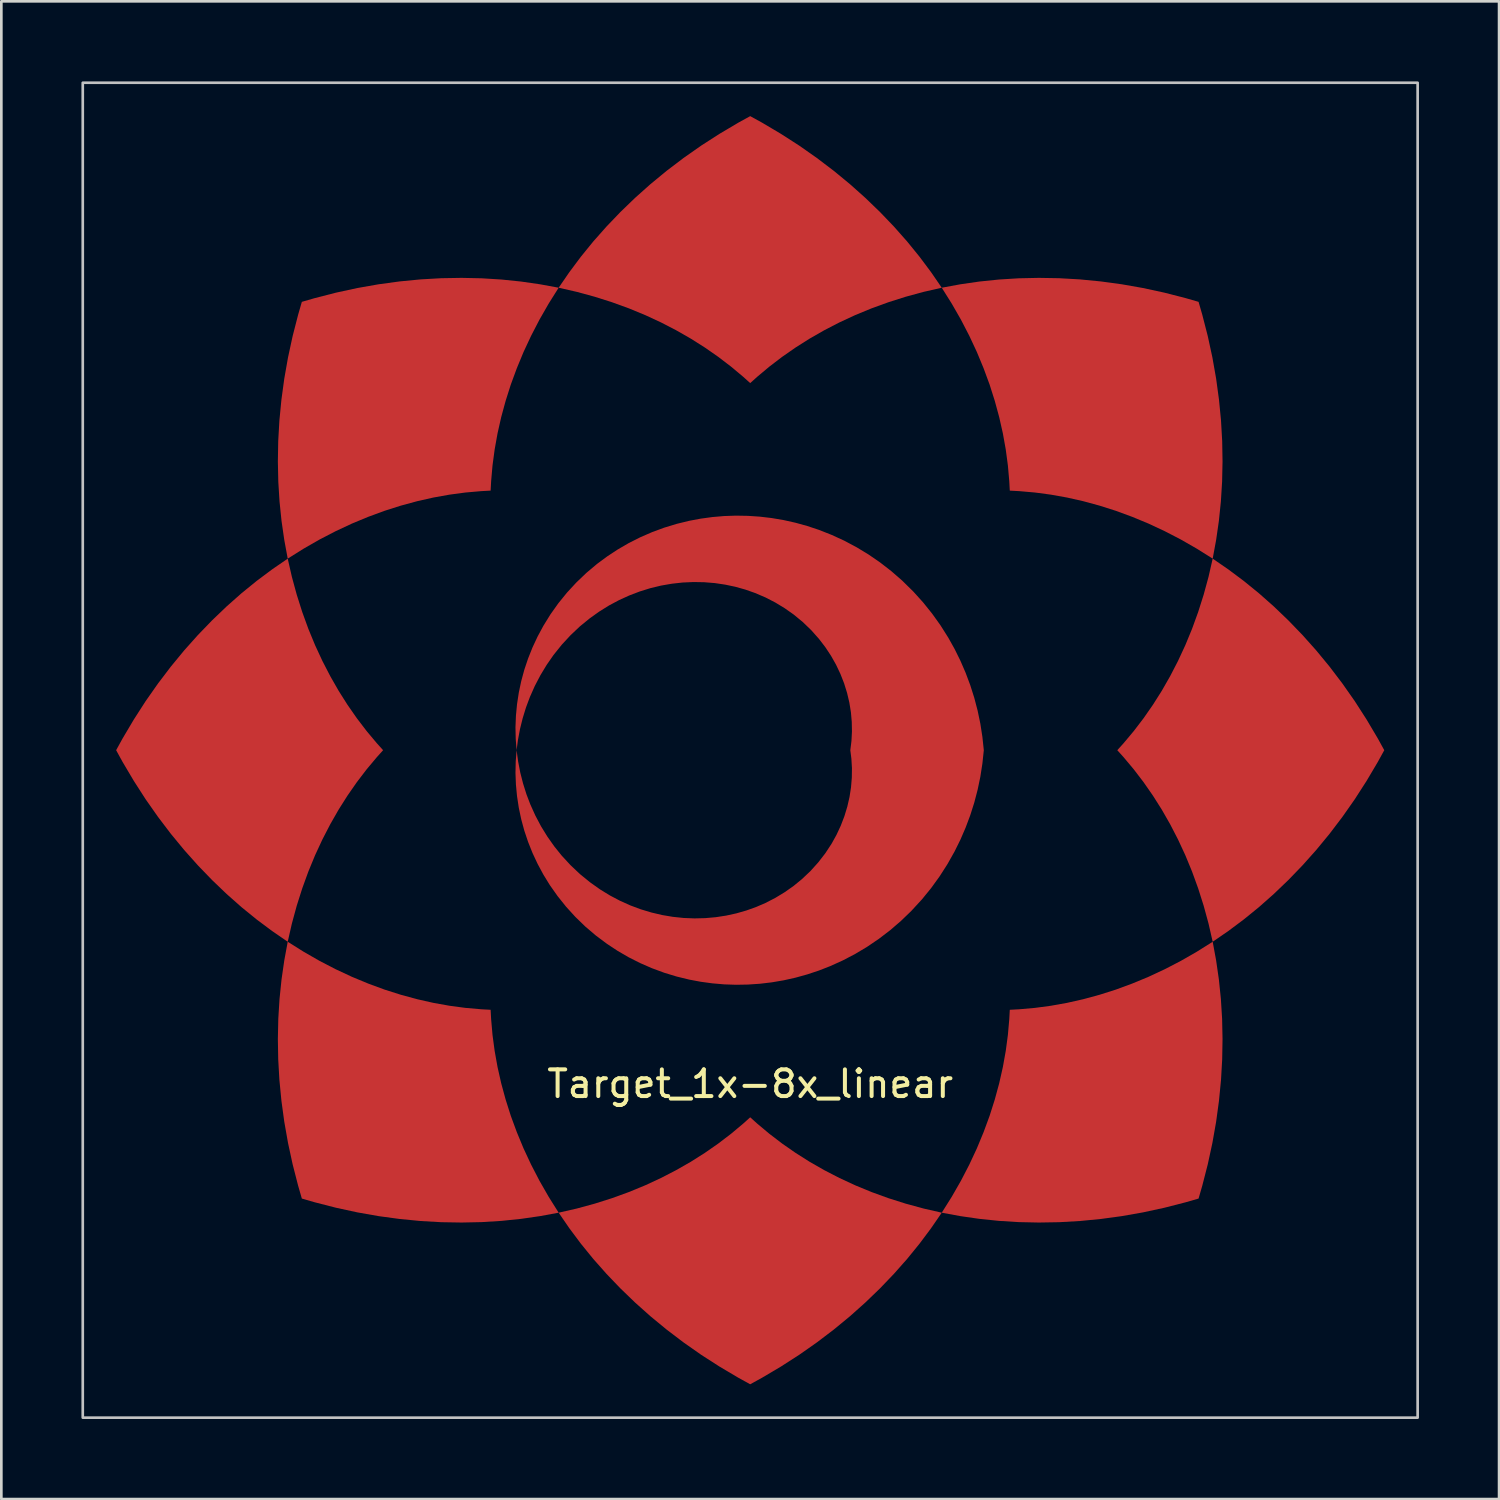
<source format=kicad_pcb>
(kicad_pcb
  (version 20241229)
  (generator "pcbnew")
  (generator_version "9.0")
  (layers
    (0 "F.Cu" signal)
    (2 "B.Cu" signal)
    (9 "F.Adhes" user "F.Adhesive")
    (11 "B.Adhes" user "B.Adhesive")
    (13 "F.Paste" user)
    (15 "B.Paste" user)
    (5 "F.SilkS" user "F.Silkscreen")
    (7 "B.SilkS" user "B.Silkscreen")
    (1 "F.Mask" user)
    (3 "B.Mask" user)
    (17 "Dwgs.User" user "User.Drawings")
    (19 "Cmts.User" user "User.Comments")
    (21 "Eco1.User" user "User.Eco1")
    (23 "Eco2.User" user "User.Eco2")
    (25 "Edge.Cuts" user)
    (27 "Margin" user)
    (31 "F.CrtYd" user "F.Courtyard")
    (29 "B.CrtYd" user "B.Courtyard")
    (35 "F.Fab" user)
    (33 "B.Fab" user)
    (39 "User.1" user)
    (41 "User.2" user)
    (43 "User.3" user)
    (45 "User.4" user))
  (footprint "Target_1x-8x_linear"
    (layer "F.Cu")
    (at 25.05 25.05)
    (property "Reference" "Target_1x-8x_linear" (at 0 12.5 0) (unlocked yes) (layer "F.SilkS") (effects (font (size 1 1) (thickness 0.15))))
    (fp_poly (pts (xy -17.909 6.772) (xy -18.487 6.34) (xy -19.055 5.878) (xy -19.611 5.386) (xy -20.155 4.865) (xy -20.685 4.316) (xy -21.201 3.738) (xy -21.7 3.132) (xy -22.181 2.499) (xy -22.644 1.839) (xy -23.086 1.152) (xy -23.508 0.44) (xy -23.75 0) (xy -23.508 -0.44) (xy -23.086 -1.152) (xy -22.644 -1.839) (xy -22.181 -2.499) (xy -21.7 -3.132) (xy -21.201 -3.738) (xy -20.685 -4.316) (xy -20.155 -4.865) (xy -19.611 -5.386) (xy -19.055 -5.878) (xy -18.487 -6.34) (xy -17.909 -6.772) (xy -17.323 -7.175) (xy -17.167 -6.492) (xy -16.985 -5.825) (xy -16.779 -5.176) (xy -16.55 -4.545) (xy -16.298 -3.934) (xy -16.024 -3.343) (xy -15.73 -2.774) (xy -15.416 -2.225) (xy -15.083 -1.699) (xy -14.733 -1.196) (xy -14.367 -0.717) (xy -13.986 -0.262) (xy -13.75 0) (xy -13.986 0.262) (xy -14.367 0.717) (xy -14.733 1.196) (xy -15.083 1.699) (xy -15.416 2.225) (xy -15.73 2.774) (xy -16.024 3.343) (xy -16.298 3.934) (xy -16.55 4.545) (xy -16.779 5.176) (xy -16.985 5.825) (xy -17.167 6.492) (xy -17.323 7.175)) (stroke (width 0) (type solid)) (fill yes) (layer "F.Cu"))
    (fp_poly (pts (xy -17.452 -7.875) (xy -17.555 -8.589) (xy -17.63 -9.318) (xy -17.676 -10.059) (xy -17.692 -10.812) (xy -17.679 -11.575) (xy -17.635 -12.348) (xy -17.559 -13.129) (xy -17.452 -13.917) (xy -17.312 -14.711) (xy -17.139 -15.51) (xy -16.933 -16.312) (xy -16.794 -16.794) (xy -16.312 -16.933) (xy -15.51 -17.139) (xy -14.711 -17.312) (xy -13.917 -17.452) (xy -13.129 -17.559) (xy -12.348 -17.635) (xy -11.575 -17.679) (xy -10.812 -17.692) (xy -10.059 -17.676) (xy -9.318 -17.63) (xy -8.589 -17.555) (xy -7.875 -17.452) (xy -7.175 -17.323) (xy -7.548 -16.729) (xy -7.892 -16.129) (xy -8.205 -15.525) (xy -8.489 -14.917) (xy -8.742 -14.306) (xy -8.967 -13.695) (xy -9.161 -13.084) (xy -9.327 -12.474) (xy -9.464 -11.867) (xy -9.572 -11.264) (xy -9.652 -10.666) (xy -9.704 -10.074) (xy -9.723 -9.723) (xy -10.074 -9.704) (xy -10.666 -9.652) (xy -11.264 -9.572) (xy -11.867 -9.464) (xy -12.474 -9.327) (xy -13.084 -9.161) (xy -13.695 -8.967) (xy -14.306 -8.742) (xy -14.917 -8.489) (xy -15.525 -8.205) (xy -16.129 -7.892) (xy -16.729 -7.548) (xy -17.323 -7.175)) (stroke (width 0) (type solid)) (fill yes) (layer "F.Cu"))
    (fp_poly (pts (xy -7.875 17.452) (xy -8.589 17.555) (xy -9.318 17.63) (xy -10.059 17.676) (xy -10.812 17.692) (xy -11.575 17.679) (xy -12.348 17.635) (xy -13.129 17.559) (xy -13.917 17.452) (xy -14.711 17.312) (xy -15.51 17.139) (xy -16.312 16.933) (xy -16.794 16.794) (xy -16.933 16.312) (xy -17.139 15.51) (xy -17.312 14.711) (xy -17.452 13.917) (xy -17.559 13.129) (xy -17.635 12.348) (xy -17.679 11.575) (xy -17.692 10.812) (xy -17.676 10.059) (xy -17.63 9.318) (xy -17.555 8.589) (xy -17.452 7.875) (xy -17.323 7.175) (xy -16.729 7.548) (xy -16.129 7.892) (xy -15.525 8.205) (xy -14.917 8.489) (xy -14.306 8.742) (xy -13.695 8.967) (xy -13.084 9.161) (xy -12.474 9.327) (xy -11.867 9.464) (xy -11.264 9.572) (xy -10.666 9.652) (xy -10.074 9.704) (xy -9.723 9.723) (xy -9.704 10.074) (xy -9.652 10.666) (xy -9.572 11.264) (xy -9.464 11.867) (xy -9.327 12.474) (xy -9.161 13.084) (xy -8.967 13.695) (xy -8.742 14.306) (xy -8.489 14.917) (xy -8.205 15.525) (xy -7.892 16.129) (xy -7.548 16.729) (xy -7.175 17.323)) (stroke (width 0) (type solid)) (fill yes) (layer "F.Cu"))
    (fp_poly (pts (xy -6.772 -17.909) (xy -6.34 -18.487) (xy -5.878 -19.055) (xy -5.386 -19.611) (xy -4.865 -20.155) (xy -4.316 -20.685) (xy -3.738 -21.201) (xy -3.132 -21.7) (xy -2.499 -22.181) (xy -1.839 -22.644) (xy -1.152 -23.086) (xy -0.44 -23.508) (xy 0 -23.75) (xy 0.44 -23.508) (xy 1.152 -23.086) (xy 1.839 -22.644) (xy 2.499 -22.181) (xy 3.132 -21.7) (xy 3.738 -21.201) (xy 4.316 -20.685) (xy 4.865 -20.155) (xy 5.386 -19.611) (xy 5.878 -19.055) (xy 6.34 -18.487) (xy 6.772 -17.909) (xy 7.175 -17.323) (xy 6.492 -17.167) (xy 5.825 -16.985) (xy 5.176 -16.779) (xy 4.545 -16.55) (xy 3.934 -16.298) (xy 3.343 -16.024) (xy 2.774 -15.73) (xy 2.225 -15.416) (xy 1.699 -15.083) (xy 1.196 -14.733) (xy 0.717 -14.367) (xy 0.262 -13.986) (xy 0 -13.75) (xy -0.262 -13.986) (xy -0.717 -14.367) (xy -1.196 -14.733) (xy -1.699 -15.083) (xy -2.225 -15.416) (xy -2.774 -15.73) (xy -3.343 -16.024) (xy -3.934 -16.298) (xy -4.545 -16.55) (xy -5.176 -16.779) (xy -5.825 -16.985) (xy -6.492 -17.167) (xy -7.175 -17.323)) (stroke (width 0) (type solid)) (fill yes) (layer "F.Cu"))
    (fp_poly (pts (xy 6.772 17.909) (xy 6.34 18.487) (xy 5.878 19.055) (xy 5.386 19.611) (xy 4.865 20.155) (xy 4.316 20.685) (xy 3.738 21.201) (xy 3.132 21.7) (xy 2.499 22.181) (xy 1.839 22.644) (xy 1.152 23.086) (xy 0.44 23.508) (xy 0 23.75) (xy -0.44 23.508) (xy -1.152 23.086) (xy -1.839 22.644) (xy -2.499 22.181) (xy -3.132 21.7) (xy -3.738 21.201) (xy -4.316 20.685) (xy -4.865 20.155) (xy -5.386 19.611) (xy -5.878 19.055) (xy -6.34 18.487) (xy -6.772 17.909) (xy -7.175 17.323) (xy -6.492 17.167) (xy -5.825 16.985) (xy -5.176 16.779) (xy -4.545 16.55) (xy -3.934 16.298) (xy -3.343 16.024) (xy -2.774 15.73) (xy -2.225 15.416) (xy -1.699 15.083) (xy -1.196 14.733) (xy -0.717 14.367) (xy -0.262 13.986) (xy 0 13.75) (xy 0.262 13.986) (xy 0.717 14.367) (xy 1.196 14.733) (xy 1.699 15.083) (xy 2.225 15.416) (xy 2.774 15.73) (xy 3.343 16.024) (xy 3.934 16.298) (xy 4.545 16.55) (xy 5.176 16.779) (xy 5.825 16.985) (xy 6.492 17.167) (xy 7.175 17.323)) (stroke (width 0) (type solid)) (fill yes) (layer "F.Cu"))
    (fp_poly (pts (xy 7.875 -17.452) (xy 8.589 -17.555) (xy 9.318 -17.63) (xy 10.059 -17.676) (xy 10.812 -17.692) (xy 11.575 -17.679) (xy 12.348 -17.635) (xy 13.129 -17.559) (xy 13.917 -17.452) (xy 14.711 -17.312) (xy 15.51 -17.139) (xy 16.312 -16.933) (xy 16.794 -16.794) (xy 16.933 -16.312) (xy 17.139 -15.51) (xy 17.312 -14.711) (xy 17.452 -13.917) (xy 17.559 -13.129) (xy 17.635 -12.348) (xy 17.679 -11.575) (xy 17.692 -10.812) (xy 17.676 -10.059) (xy 17.63 -9.318) (xy 17.555 -8.589) (xy 17.452 -7.875) (xy 17.323 -7.175) (xy 16.729 -7.548) (xy 16.129 -7.892) (xy 15.525 -8.205) (xy 14.917 -8.489) (xy 14.306 -8.742) (xy 13.695 -8.967) (xy 13.084 -9.161) (xy 12.474 -9.327) (xy 11.867 -9.464) (xy 11.264 -9.572) (xy 10.666 -9.652) (xy 10.074 -9.704) (xy 9.723 -9.723) (xy 9.704 -10.074) (xy 9.652 -10.666) (xy 9.572 -11.264) (xy 9.464 -11.867) (xy 9.327 -12.474) (xy 9.161 -13.084) (xy 8.967 -13.695) (xy 8.742 -14.306) (xy 8.489 -14.917) (xy 8.205 -15.525) (xy 7.892 -16.129) (xy 7.548 -16.729) (xy 7.175 -17.323)) (stroke (width 0) (type solid)) (fill yes) (layer "F.Cu"))
    (fp_poly (pts (xy 17.452 7.875) (xy 17.555 8.589) (xy 17.63 9.318) (xy 17.676 10.059) (xy 17.692 10.812) (xy 17.679 11.575) (xy 17.635 12.348) (xy 17.559 13.129) (xy 17.452 13.917) (xy 17.312 14.711) (xy 17.139 15.51) (xy 16.933 16.312) (xy 16.794 16.794) (xy 16.312 16.933) (xy 15.51 17.139) (xy 14.711 17.312) (xy 13.917 17.452) (xy 13.129 17.559) (xy 12.348 17.635) (xy 11.575 17.679) (xy 10.812 17.692) (xy 10.059 17.676) (xy 9.318 17.63) (xy 8.589 17.555) (xy 7.875 17.452) (xy 7.175 17.323) (xy 7.548 16.729) (xy 7.892 16.129) (xy 8.205 15.525) (xy 8.489 14.917) (xy 8.742 14.306) (xy 8.967 13.695) (xy 9.161 13.084) (xy 9.327 12.474) (xy 9.464 11.867) (xy 9.572 11.264) (xy 9.652 10.666) (xy 9.704 10.074) (xy 9.723 9.723) (xy 10.074 9.704) (xy 10.666 9.652) (xy 11.264 9.572) (xy 11.867 9.464) (xy 12.474 9.327) (xy 13.084 9.161) (xy 13.695 8.967) (xy 14.306 8.742) (xy 14.917 8.489) (xy 15.525 8.205) (xy 16.129 7.892) (xy 16.729 7.548) (xy 17.323 7.175)) (stroke (width 0) (type solid)) (fill yes) (layer "F.Cu"))
    (fp_poly (pts (xy 17.909 -6.772) (xy 18.487 -6.34) (xy 19.055 -5.878) (xy 19.611 -5.386) (xy 20.155 -4.865) (xy 20.685 -4.316) (xy 21.201 -3.738) (xy 21.7 -3.132) (xy 22.181 -2.499) (xy 22.644 -1.839) (xy 23.086 -1.152) (xy 23.508 -0.44) (xy 23.75 0) (xy 23.508 0.44) (xy 23.086 1.152) (xy 22.644 1.839) (xy 22.181 2.499) (xy 21.7 3.132) (xy 21.201 3.738) (xy 20.685 4.316) (xy 20.155 4.865) (xy 19.611 5.386) (xy 19.055 5.878) (xy 18.487 6.34) (xy 17.909 6.772) (xy 17.323 7.175) (xy 17.167 6.492) (xy 16.985 5.825) (xy 16.779 5.176) (xy 16.55 4.545) (xy 16.298 3.934) (xy 16.024 3.343) (xy 15.73 2.774) (xy 15.416 2.225) (xy 15.083 1.699) (xy 14.733 1.196) (xy 14.367 0.717) (xy 13.986 0.262) (xy 13.75 0) (xy 13.986 -0.262) (xy 14.367 -0.717) (xy 14.733 -1.196) (xy 15.083 -1.699) (xy 15.416 -2.225) (xy 15.73 -2.774) (xy 16.024 -3.343) (xy 16.298 -3.934) (xy 16.55 -4.545) (xy 16.779 -5.176) (xy 16.985 -5.825) (xy 17.167 -6.492) (xy 17.323 -7.175)) (stroke (width 0) (type solid)) (fill yes) (layer "F.Cu"))
    (fp_poly (pts (xy -0.085 -8.778) (xy 0.362 -8.748) (xy 0.809 -8.695) (xy 1.254 -8.619) (xy 1.697 -8.52) (xy 2.136 -8.398) (xy 2.571 -8.254) (xy 3.052 -8.064) (xy 3.525 -7.847) (xy 3.986 -7.601) (xy 4.435 -7.329) (xy 4.869 -7.03) (xy 5.288 -6.705) (xy 5.69 -6.355) (xy 6.114 -5.938) (xy 6.475 -5.538) (xy 6.813 -5.117) (xy 7.129 -4.675) (xy 7.42 -4.214) (xy 7.658 -3.788) (xy 7.874 -3.35) (xy 8.069 -2.899) (xy 8.242 -2.437) (xy 8.392 -1.965) (xy 8.518 -1.484) (xy 8.62 -0.996) (xy 8.697 -0.5) (xy 8.75 -0.000001) (xy 8.697 0.5) (xy 8.62 0.996) (xy 8.518 1.484) (xy 8.392 1.965) (xy 8.242 2.437) (xy 8.069 2.899) (xy 7.874 3.35) (xy 7.658 3.788) (xy 7.389 4.266) (xy 7.095 4.725) (xy 6.777 5.165) (xy 6.436 5.584) (xy 6.031 6.024) (xy 5.646 6.395) (xy 5.243 6.742) (xy 4.822 7.064) (xy 4.386 7.36) (xy 3.935 7.63) (xy 3.473 7.872) (xy 2.999 8.087) (xy 2.571 8.254) (xy 2.136 8.398) (xy 1.697 8.52) (xy 1.254 8.619) (xy 0.809 8.695) (xy 0.362 8.748) (xy -0.085 8.778) (xy -0.531 8.786) (xy -0.974 8.771) (xy -1.415 8.733) (xy -1.85 8.674) (xy -2.281 8.593) (xy -2.757 8.477) (xy -3.223 8.335) (xy -3.678 8.167) (xy -4.121 7.974) (xy -4.549 7.758) (xy -4.963 7.518) (xy -5.359 7.257) (xy -5.78 6.943) (xy -6.177 6.605) (xy -6.549 6.244) (xy -6.896 5.863) (xy -7.216 5.463) (xy -7.509 5.047) (xy -7.747 4.659) (xy -7.962 4.26) (xy -8.153 3.852) (xy -8.319 3.436) (xy -8.461 3.013) (xy -8.577 2.586) (xy -8.668 2.155) (xy -8.734 1.722) (xy -8.775 1.289) (xy -8.792 0.857) (xy -8.783 0.426) (xy -8.75 -0.000001) (xy -8.693 0.421) (xy -8.613 0.836) (xy -8.509 1.243) (xy -8.384 1.642) (xy -8.236 2.03) (xy -8.048 2.447) (xy -7.835 2.85) (xy -7.598 3.235) (xy -7.34 3.601) (xy -7.06 3.949) (xy -6.73 4.306) (xy -6.379 4.638) (xy -6.008 4.941) (xy -5.621 5.216) (xy -5.255 5.44) (xy -4.878 5.639) (xy -4.493 5.812) (xy -4.1 5.959) (xy -3.701 6.079) (xy -3.299 6.174) (xy -2.895 6.242) (xy -2.49 6.284) (xy -2.086 6.3) (xy -1.685 6.29) (xy -1.289 6.255) (xy -0.899 6.195) (xy -0.517 6.111) (xy -0.144 6.004) (xy 0.219 5.874) (xy 0.57 5.723) (xy 0.94 5.532) (xy 1.293 5.318) (xy 1.628 5.082) (xy 1.941 4.825) (xy 2.259 4.524) (xy 2.549 4.202) (xy 2.812 3.862) (xy 3.045 3.508) (xy 3.232 3.171) (xy 3.393 2.825) (xy 3.528 2.473) (xy 3.637 2.115) (xy 3.72 1.754) (xy 3.776 1.392) (xy 3.806 1.031) (xy 3.811 0.672) (xy 3.79 0.317) (xy 3.75 -0.000001) (xy 3.793 -0.349) (xy 3.811 -0.704) (xy 3.804 -1.063) (xy 3.772 -1.425) (xy 3.713 -1.787) (xy 3.628 -2.147) (xy 3.517 -2.505) (xy 3.379 -2.857) (xy 3.216 -3.202) (xy 3.026 -3.538) (xy 2.812 -3.862) (xy 2.572 -4.174) (xy 2.284 -4.498) (xy 1.969 -4.801) (xy 1.628 -5.082) (xy 1.293 -5.318) (xy 0.94 -5.532) (xy 0.57 -5.723) (xy 0.183 -5.888) (xy -0.181 -6.016) (xy -0.555 -6.121) (xy -0.938 -6.202) (xy -1.329 -6.26) (xy -1.725 -6.292) (xy -2.126 -6.299) (xy -2.53 -6.281) (xy -2.935 -6.236) (xy -3.339 -6.166) (xy -3.741 -6.069) (xy -4.139 -5.945) (xy -4.532 -5.795) (xy -4.916 -5.62) (xy -5.292 -5.419) (xy -5.656 -5.192) (xy -6.008 -4.941) (xy -6.379 -4.638) (xy -6.73 -4.306) (xy -7.06 -3.949) (xy -7.367 -3.566) (xy -7.623 -3.197) (xy -7.857 -2.81) (xy -8.068 -2.406) (xy -8.254 -1.987) (xy -8.399 -1.598) (xy -8.522 -1.199) (xy -8.623 -0.791) (xy -8.701 -0.375) (xy -8.75 -0.000001) (xy -8.783 -0.426) (xy -8.792 -0.857) (xy -8.775 -1.289) (xy -8.734 -1.722) (xy -8.668 -2.155) (xy -8.577 -2.586) (xy -8.461 -3.013) (xy -8.319 -3.436) (xy -8.153 -3.852) (xy -7.962 -4.26) (xy -7.747 -4.659) (xy -7.481 -5.089) (xy -7.186 -5.504) (xy -6.863 -5.902) (xy -6.513 -6.281) (xy -6.138 -6.64) (xy -5.739 -6.976) (xy -5.359 -7.257) (xy -4.963 -7.518) (xy -4.549 -7.758) (xy -4.121 -7.974) (xy -3.678 -8.167) (xy -3.223 -8.335) (xy -2.757 -8.477) (xy -2.281 -8.593) (xy -1.85 -8.674) (xy -1.415 -8.733) (xy -0.974 -8.771) (xy -0.531 -8.786)) (stroke (width 0) (type solid)) (fill yes) (layer "F.Cu"))
    (fp_rect (start -25 -25) (end 25 25) (stroke (width 0.1) (type solid)) (fill no) (layer "Dwgs.User")))
  (gr_rect
    (start -3 -3)
    (end 53.1 53.1)
    (stroke (width 0.1) (type default))
    (fill no)
    (layer "Edge.Cuts")))
</source>
